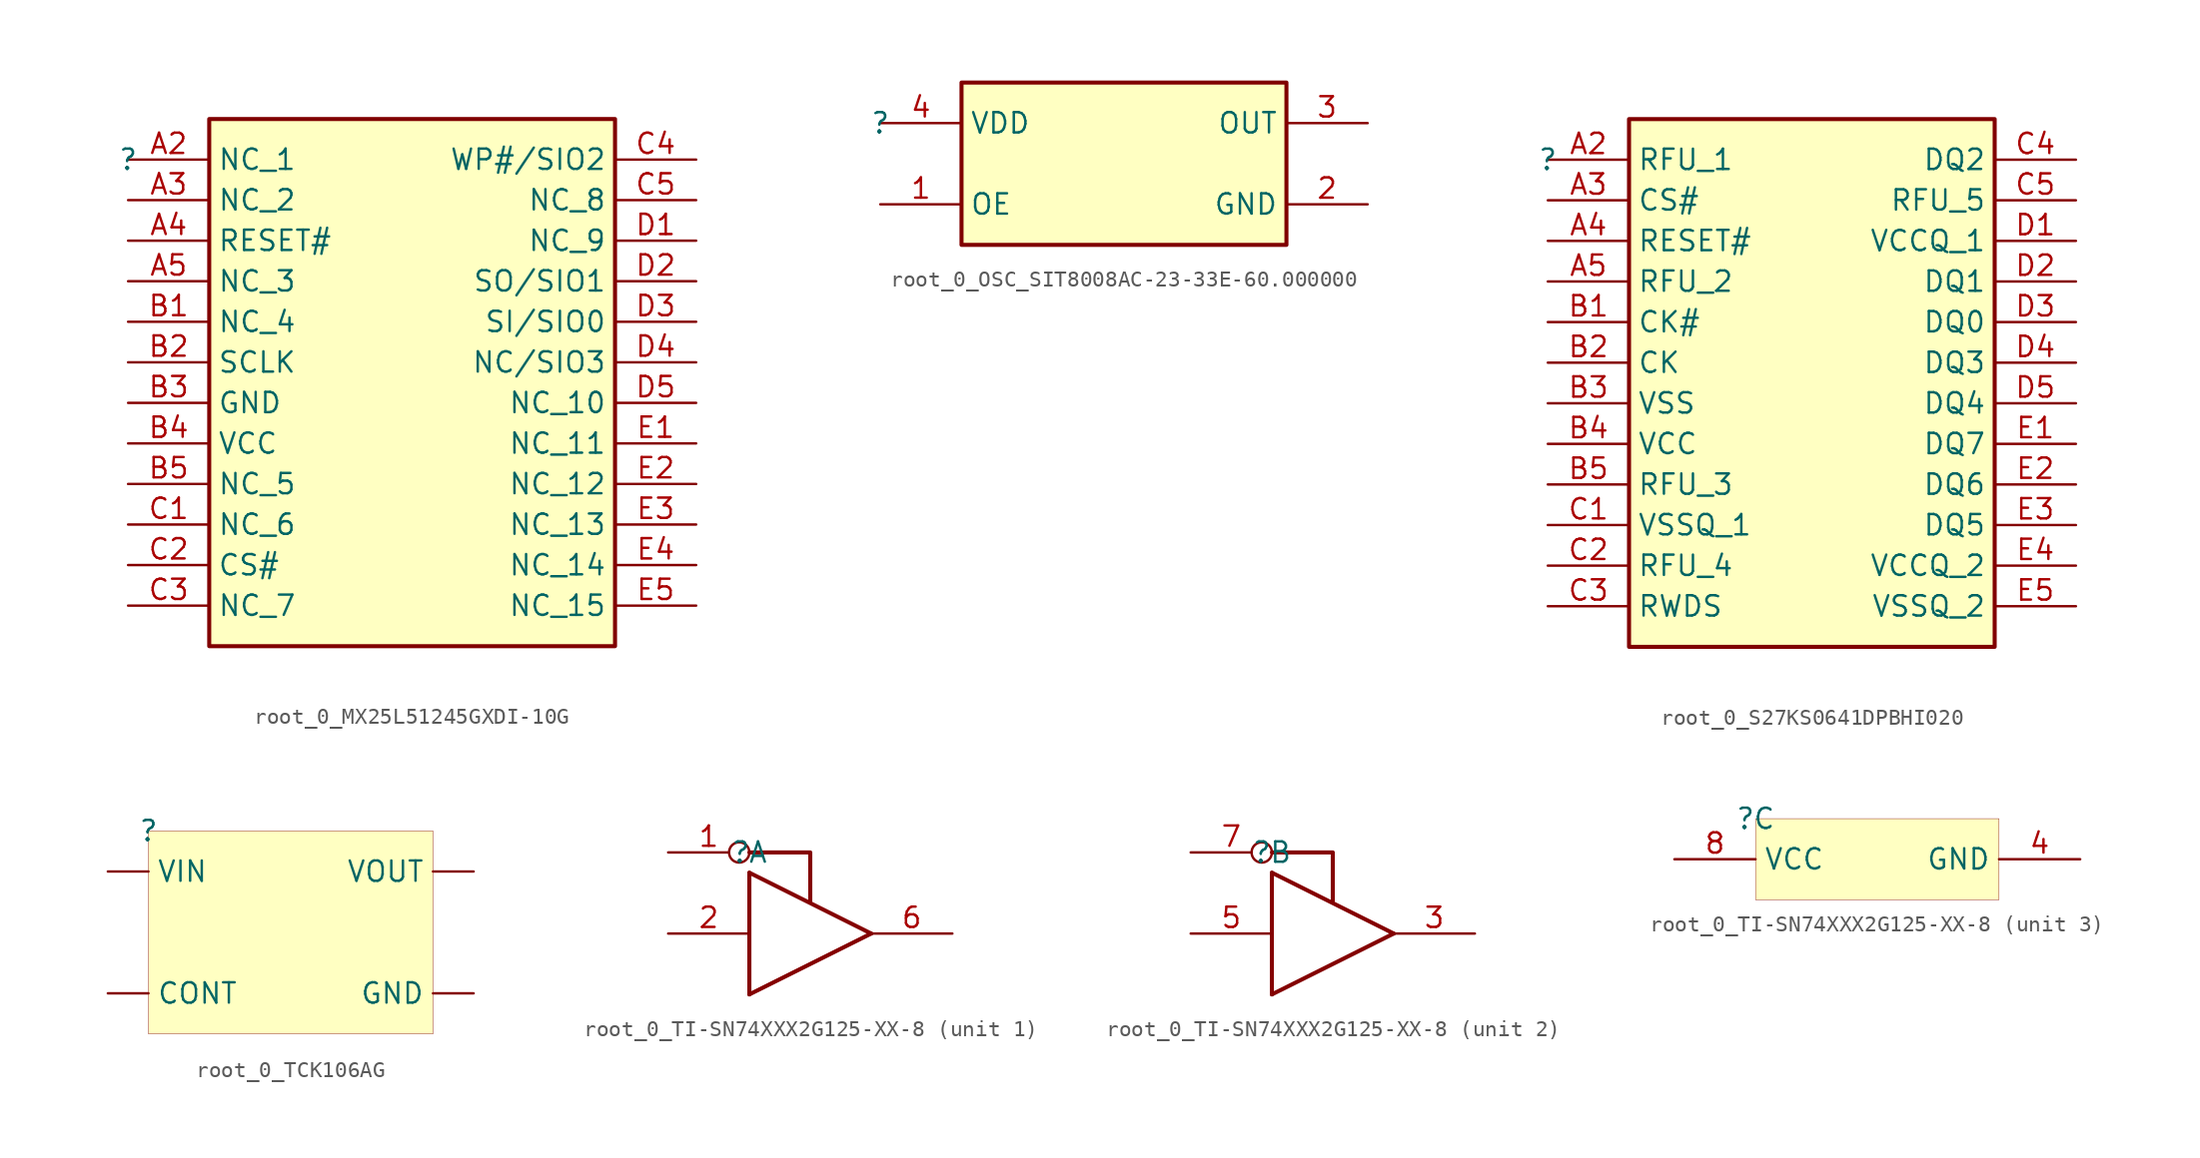
<source format=kicad_sym>
(kicad_symbol_lib
  (version 20231120)
  (generator "kicad_symbol_editor")
  (generator_version "8.0")
  (symbol "root_0_MX25L51245GXDI-10G"
    (property "Reference" ""
      (at 0 0 0)
      (effects (font (size 1.27 1.27))))
    (property "Value" ""
      (at 0 0 0)
      (effects (font (size 1.27 1.27))))
    (symbol "root_0_MX25L51245GXDI-10G_1_0"
      (rectangle (start 30.48 2.54) (end 5.08 -30.48) (stroke (width 0.254) (type solid) (color 128 0 0 1)) (fill (type background)))
      (pin passive line (at 0 0 0) (length 5.08) (name "NC_1" (effects (font (size 1.27 1.27)))) (number "A2" (effects (font (size 1.27 1.27)))))
      (pin passive line (at 0 -2.54 0) (length 5.08) (name "NC_2" (effects (font (size 1.27 1.27)))) (number "A3" (effects (font (size 1.27 1.27)))))
      (pin passive line (at 0 -5.08 0) (length 5.08) (name "RESET#" (effects (font (size 1.27 1.27)))) (number "A4" (effects (font (size 1.27 1.27)))))
      (pin passive line (at 0 -7.62 0) (length 5.08) (name "NC_3" (effects (font (size 1.27 1.27)))) (number "A5" (effects (font (size 1.27 1.27)))))
      (pin passive line (at 0 -10.16 0) (length 5.08) (name "NC_4" (effects (font (size 1.27 1.27)))) (number "B1" (effects (font (size 1.27 1.27)))))
      (pin passive line (at 0 -12.7 0) (length 5.08) (name "SCLK" (effects (font (size 1.27 1.27)))) (number "B2" (effects (font (size 1.27 1.27)))))
      (pin passive line (at 0 -15.24 0) (length 5.08) (name "GND" (effects (font (size 1.27 1.27)))) (number "B3" (effects (font (size 1.27 1.27)))))
      (pin passive line (at 0 -17.78 0) (length 5.08) (name "VCC" (effects (font (size 1.27 1.27)))) (number "B4" (effects (font (size 1.27 1.27)))))
      (pin passive line (at 0 -20.32 0) (length 5.08) (name "NC_5" (effects (font (size 1.27 1.27)))) (number "B5" (effects (font (size 1.27 1.27)))))
      (pin passive line (at 0 -22.86 0) (length 5.08) (name "NC_6" (effects (font (size 1.27 1.27)))) (number "C1" (effects (font (size 1.27 1.27)))))
      (pin passive line (at 0 -25.4 0) (length 5.08) (name "CS#" (effects (font (size 1.27 1.27)))) (number "C2" (effects (font (size 1.27 1.27)))))
      (pin passive line (at 0 -27.94 0) (length 5.08) (name "NC_7" (effects (font (size 1.27 1.27)))) (number "C3" (effects (font (size 1.27 1.27)))))
      (pin passive line (at 35.56 0 180) (length 5.08) (name "WP#/SIO2" (effects (font (size 1.27 1.27)))) (number "C4" (effects (font (size 1.27 1.27)))))
      (pin passive line (at 35.56 -2.54 180) (length 5.08) (name "NC_8" (effects (font (size 1.27 1.27)))) (number "C5" (effects (font (size 1.27 1.27)))))
      (pin passive line (at 35.56 -5.08 180) (length 5.08) (name "NC_9" (effects (font (size 1.27 1.27)))) (number "D1" (effects (font (size 1.27 1.27)))))
      (pin passive line (at 35.56 -7.62 180) (length 5.08) (name "SO/SIO1" (effects (font (size 1.27 1.27)))) (number "D2" (effects (font (size 1.27 1.27)))))
      (pin passive line (at 35.56 -10.16 180) (length 5.08) (name "SI/SIO0" (effects (font (size 1.27 1.27)))) (number "D3" (effects (font (size 1.27 1.27)))))
      (pin passive line (at 35.56 -12.7 180) (length 5.08) (name "NC/SIO3" (effects (font (size 1.27 1.27)))) (number "D4" (effects (font (size 1.27 1.27)))))
      (pin passive line (at 35.56 -15.24 180) (length 5.08) (name "NC_10" (effects (font (size 1.27 1.27)))) (number "D5" (effects (font (size 1.27 1.27)))))
      (pin passive line (at 35.56 -17.78 180) (length 5.08) (name "NC_11" (effects (font (size 1.27 1.27)))) (number "E1" (effects (font (size 1.27 1.27)))))
      (pin passive line (at 35.56 -20.32 180) (length 5.08) (name "NC_12" (effects (font (size 1.27 1.27)))) (number "E2" (effects (font (size 1.27 1.27)))))
      (pin passive line (at 35.56 -22.86 180) (length 5.08) (name "NC_13" (effects (font (size 1.27 1.27)))) (number "E3" (effects (font (size 1.27 1.27)))))
      (pin passive line (at 35.56 -25.4 180) (length 5.08) (name "NC_14" (effects (font (size 1.27 1.27)))) (number "E4" (effects (font (size 1.27 1.27)))))
      (pin passive line (at 35.56 -27.94 180) (length 5.08) (name "NC_15" (effects (font (size 1.27 1.27)))) (number "E5" (effects (font (size 1.27 1.27)))))))
  (symbol "root_0_OSC_SIT8008AC-23-33E-60.000000"
    (property "Reference" ""
      (at 0 0 0)
      (effects (font (size 1.27 1.27))))
    (property "Value" ""
      (at 0 0 0)
      (effects (font (size 1.27 1.27))))
    (symbol "root_0_OSC_SIT8008AC-23-33E-60.000000_1_0"
      (rectangle (start 25.4 2.54) (end 5.08 -7.62) (stroke (width 0.254) (type solid) (color 128 0 0 1)) (fill (type background)))
      (pin input line (at 0 -5.08 0) (length 5.08) (name "OE" (effects (font (size 1.27 1.27)))) (number "1" (effects (font (size 1.27 1.27)))))
      (pin power_in line (at 30.48 -5.08 180) (length 5.08) (name "GND" (effects (font (size 1.27 1.27)))) (number "2" (effects (font (size 1.27 1.27)))))
      (pin output line (at 30.48 0 180) (length 5.08) (name "OUT" (effects (font (size 1.27 1.27)))) (number "3" (effects (font (size 1.27 1.27)))))
      (pin power_in line (at 0 0 0) (length 5.08) (name "VDD" (effects (font (size 1.27 1.27)))) (number "4" (effects (font (size 1.27 1.27)))))))
  (symbol "root_0_S27KS0641DPBHI020"
    (property "Reference" ""
      (at 0 0 0)
      (effects (font (size 1.27 1.27))))
    (property "Value" ""
      (at 0 0 0)
      (effects (font (size 1.27 1.27))))
    (symbol "root_0_S27KS0641DPBHI020_1_0"
      (rectangle (start 27.94 2.54) (end 5.08 -30.48) (stroke (width 0.254) (type solid) (color 128 0 0 1)) (fill (type background)))
      (pin passive line (at 0 0 0) (length 5.08) (name "RFU_1" (effects (font (size 1.27 1.27)))) (number "A2" (effects (font (size 1.27 1.27)))))
      (pin passive line (at 0 -2.54 0) (length 5.08) (name "CS#" (effects (font (size 1.27 1.27)))) (number "A3" (effects (font (size 1.27 1.27)))))
      (pin passive line (at 0 -5.08 0) (length 5.08) (name "RESET#" (effects (font (size 1.27 1.27)))) (number "A4" (effects (font (size 1.27 1.27)))))
      (pin passive line (at 0 -7.62 0) (length 5.08) (name "RFU_2" (effects (font (size 1.27 1.27)))) (number "A5" (effects (font (size 1.27 1.27)))))
      (pin passive line (at 0 -10.16 0) (length 5.08) (name "CK#" (effects (font (size 1.27 1.27)))) (number "B1" (effects (font (size 1.27 1.27)))))
      (pin passive line (at 0 -12.7 0) (length 5.08) (name "CK" (effects (font (size 1.27 1.27)))) (number "B2" (effects (font (size 1.27 1.27)))))
      (pin passive line (at 0 -15.24 0) (length 5.08) (name "VSS" (effects (font (size 1.27 1.27)))) (number "B3" (effects (font (size 1.27 1.27)))))
      (pin passive line (at 0 -17.78 0) (length 5.08) (name "VCC" (effects (font (size 1.27 1.27)))) (number "B4" (effects (font (size 1.27 1.27)))))
      (pin passive line (at 0 -20.32 0) (length 5.08) (name "RFU_3" (effects (font (size 1.27 1.27)))) (number "B5" (effects (font (size 1.27 1.27)))))
      (pin passive line (at 0 -22.86 0) (length 5.08) (name "VSSQ_1" (effects (font (size 1.27 1.27)))) (number "C1" (effects (font (size 1.27 1.27)))))
      (pin passive line (at 0 -25.4 0) (length 5.08) (name "RFU_4" (effects (font (size 1.27 1.27)))) (number "C2" (effects (font (size 1.27 1.27)))))
      (pin passive line (at 0 -27.94 0) (length 5.08) (name "RWDS" (effects (font (size 1.27 1.27)))) (number "C3" (effects (font (size 1.27 1.27)))))
      (pin passive line (at 33.02 0 180) (length 5.08) (name "DQ2" (effects (font (size 1.27 1.27)))) (number "C4" (effects (font (size 1.27 1.27)))))
      (pin passive line (at 33.02 -2.54 180) (length 5.08) (name "RFU_5" (effects (font (size 1.27 1.27)))) (number "C5" (effects (font (size 1.27 1.27)))))
      (pin passive line (at 33.02 -5.08 180) (length 5.08) (name "VCCQ_1" (effects (font (size 1.27 1.27)))) (number "D1" (effects (font (size 1.27 1.27)))))
      (pin passive line (at 33.02 -7.62 180) (length 5.08) (name "DQ1" (effects (font (size 1.27 1.27)))) (number "D2" (effects (font (size 1.27 1.27)))))
      (pin passive line (at 33.02 -10.16 180) (length 5.08) (name "DQ0" (effects (font (size 1.27 1.27)))) (number "D3" (effects (font (size 1.27 1.27)))))
      (pin passive line (at 33.02 -12.7 180) (length 5.08) (name "DQ3" (effects (font (size 1.27 1.27)))) (number "D4" (effects (font (size 1.27 1.27)))))
      (pin passive line (at 33.02 -15.24 180) (length 5.08) (name "DQ4" (effects (font (size 1.27 1.27)))) (number "D5" (effects (font (size 1.27 1.27)))))
      (pin passive line (at 33.02 -17.78 180) (length 5.08) (name "DQ7" (effects (font (size 1.27 1.27)))) (number "E1" (effects (font (size 1.27 1.27)))))
      (pin passive line (at 33.02 -20.32 180) (length 5.08) (name "DQ6" (effects (font (size 1.27 1.27)))) (number "E2" (effects (font (size 1.27 1.27)))))
      (pin passive line (at 33.02 -22.86 180) (length 5.08) (name "DQ5" (effects (font (size 1.27 1.27)))) (number "E3" (effects (font (size 1.27 1.27)))))
      (pin passive line (at 33.02 -25.4 180) (length 5.08) (name "VCCQ_2" (effects (font (size 1.27 1.27)))) (number "E4" (effects (font (size 1.27 1.27)))))
      (pin passive line (at 33.02 -27.94 180) (length 5.08) (name "VSSQ_2" (effects (font (size 1.27 1.27)))) (number "E5" (effects (font (size 1.27 1.27)))))))
  (symbol "root_0_TCK106AG"
    (property "Reference" ""
      (at 0 0 0)
      (effects (font (size 1.27 1.27))))
    (property "Value" ""
      (at 0 0 0)
      (effects (font (size 1.27 1.27))))
    (symbol "root_0_TCK106AG_1_0"
      (rectangle (start 17.78 0) (end 0 -12.7) (stroke (width 0.025) (type solid) (color 128 0 0 1)) (fill (type background)))
      (pin passive line (at 20.32 -2.54 180) (length 2.54) (name "VOUT" (effects (font (size 1.27 1.27)))) (number "A1" (effects (font (size 0 0)))))
      (pin passive line (at -2.54 -2.54 0) (length 2.54) (name "VIN" (effects (font (size 1.27 1.27)))) (number "A2" (effects (font (size 0 0)))))
      (pin passive line (at 20.32 -10.16 180) (length 2.54) (name "GND" (effects (font (size 1.27 1.27)))) (number "B1" (effects (font (size 0 0)))))
      (pin passive line (at -2.54 -10.16 0) (length 2.54) (name "CONT" (effects (font (size 1.27 1.27)))) (number "B2" (effects (font (size 0 0)))))))
  (symbol "root_0_TI-SN74XXX2G125-XX-8"
    (property "Reference" ""
      (at 0 0 0)
      (effects (font (size 1.27 1.27))))
    (property "Value" ""
      (at 0 0 0)
      (effects (font (size 1.27 1.27))))
    (symbol "root_0_TI-SN74XXX2G125-XX-8_1_0"
      (polyline (pts (xy 0 -8.89) (xy 0 -1.27)) (stroke (width 0.254) (type solid)) (fill (type none)))
      (polyline (pts (xy 0 -8.89) (xy 7.62 -5.08)) (stroke (width 0.254) (type solid)) (fill (type none)))
      (polyline (pts (xy 0 -1.27) (xy 7.62 -5.08)) (stroke (width 0.254) (type solid)) (fill (type none)))
      (polyline (pts (xy 0 0) (xy 3.81 0) (xy 3.81 -3.048)) (stroke (width 0.254) (type solid)) (fill (type none)))
      (pin input inverted (at -5.08 0 0) (length 5.08) (name "1~{OE}" (effects (font (size 0 0)))) (number "1" (effects (font (size 1.27 1.27)))))
      (pin input line (at -5.08 -5.08 0) (length 5.08) (name "1A" (effects (font (size 0 0)))) (number "2" (effects (font (size 1.27 1.27)))))
      (pin tri_state line (at 12.7 -5.08 180) (length 5.08) (name "1Y" (effects (font (size 0 0)))) (number "6" (effects (font (size 1.27 1.27))))))
    (symbol "root_0_TI-SN74XXX2G125-XX-8_2_0"
      (polyline (pts (xy 0 -8.89) (xy 0 -1.27)) (stroke (width 0.254) (type solid)) (fill (type none)))
      (polyline (pts (xy 0 -8.89) (xy 7.62 -5.08)) (stroke (width 0.254) (type solid)) (fill (type none)))
      (polyline (pts (xy 0 -1.27) (xy 7.62 -5.08)) (stroke (width 0.254) (type solid)) (fill (type none)))
      (polyline (pts (xy 0 0) (xy 3.81 0) (xy 3.81 -3.048)) (stroke (width 0.254) (type solid)) (fill (type none)))
      (pin tri_state line (at 12.7 -5.08 180) (length 5.08) (name "2Y" (effects (font (size 0 0)))) (number "3" (effects (font (size 1.27 1.27)))))
      (pin input line (at -5.08 -5.08 0) (length 5.08) (name "2A" (effects (font (size 0 0)))) (number "5" (effects (font (size 1.27 1.27)))))
      (pin input inverted (at -5.08 0 0) (length 5.08) (name "2~{OE}" (effects (font (size 0 0)))) (number "7" (effects (font (size 1.27 1.27))))))
    (symbol "root_0_TI-SN74XXX2G125-XX-8_3_0"
      (rectangle (start 15.24 0) (end 0 -5.08) (stroke (width 0.025) (type solid) (color 128 0 0 1)) (fill (type background)))
      (pin power_in line (at 20.32 -2.54 180) (length 5.08) (name "GND" (effects (font (size 1.27 1.27)))) (number "4" (effects (font (size 1.27 1.27)))))
      (pin power_in line (at -5.08 -2.54 0) (length 5.08) (name "VCC" (effects (font (size 1.27 1.27)))) (number "8" (effects (font (size 1.27 1.27))))))))
</source>
